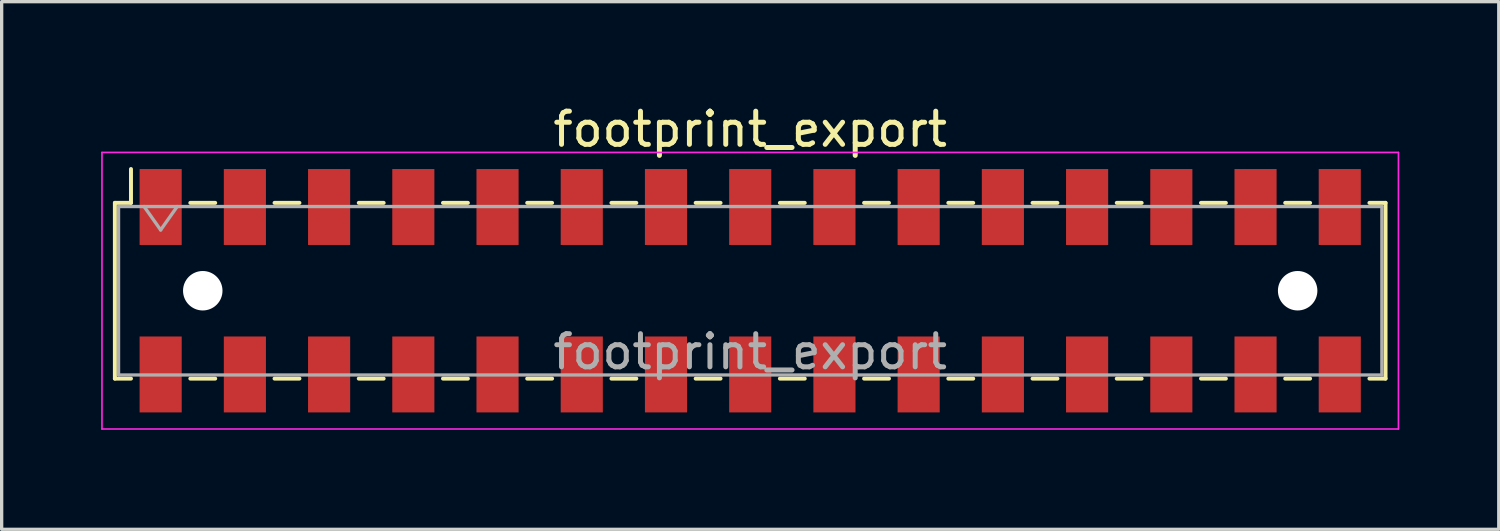
<source format=kicad_pcb>
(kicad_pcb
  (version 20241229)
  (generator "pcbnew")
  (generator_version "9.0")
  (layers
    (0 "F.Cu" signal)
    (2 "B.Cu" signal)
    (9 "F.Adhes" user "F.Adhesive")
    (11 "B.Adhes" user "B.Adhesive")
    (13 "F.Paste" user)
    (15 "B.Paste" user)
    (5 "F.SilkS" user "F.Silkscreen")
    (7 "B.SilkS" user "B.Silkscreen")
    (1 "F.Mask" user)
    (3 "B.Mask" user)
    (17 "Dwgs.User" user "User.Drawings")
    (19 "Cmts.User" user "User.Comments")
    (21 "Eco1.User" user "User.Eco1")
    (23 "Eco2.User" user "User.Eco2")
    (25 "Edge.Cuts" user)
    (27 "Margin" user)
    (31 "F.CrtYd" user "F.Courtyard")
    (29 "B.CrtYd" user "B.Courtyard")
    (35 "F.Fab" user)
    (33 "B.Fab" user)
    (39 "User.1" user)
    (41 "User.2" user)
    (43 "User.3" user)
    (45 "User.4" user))
  (footprint "footprint_export"
    (layer "F.Cu")
    (at 19.575 5.718)
    (property "Reference" "footprint_export" (at 0 -4.87 0) (layer "F.SilkS") (effects (font (size 1 1) (thickness 0.15))))
    (attr smd)
    (fp_line (start -19.16 -2.65) (end -19.16 2.65) (stroke (width 0.12) (type solid)) (layer "F.SilkS"))
    (fp_line (start -19.16 2.65) (end -18.675 2.65) (stroke (width 0.12) (type solid)) (layer "F.SilkS"))
    (fp_line (start -18.675 -3.67) (end -18.675 -2.65) (stroke (width 0.12) (type solid)) (layer "F.SilkS"))
    (fp_line (start -18.675 -2.65) (end -19.16 -2.65) (stroke (width 0.12) (type solid)) (layer "F.SilkS"))
    (fp_line (start -16.885 -2.65) (end -16.135 -2.65) (stroke (width 0.12) (type solid)) (layer "F.SilkS"))
    (fp_line (start -16.885 2.65) (end -16.135 2.65) (stroke (width 0.12) (type solid)) (layer "F.SilkS"))
    (fp_line (start -14.345 -2.65) (end -13.595 -2.65) (stroke (width 0.12) (type solid)) (layer "F.SilkS"))
    (fp_line (start -14.345 2.65) (end -13.595 2.65) (stroke (width 0.12) (type solid)) (layer "F.SilkS"))
    (fp_line (start -11.805 -2.65) (end -11.055 -2.65) (stroke (width 0.12) (type solid)) (layer "F.SilkS"))
    (fp_line (start -11.805 2.65) (end -11.055 2.65) (stroke (width 0.12) (type solid)) (layer "F.SilkS"))
    (fp_line (start -9.265 -2.65) (end -8.515 -2.65) (stroke (width 0.12) (type solid)) (layer "F.SilkS"))
    (fp_line (start -9.265 2.65) (end -8.515 2.65) (stroke (width 0.12) (type solid)) (layer "F.SilkS"))
    (fp_line (start -6.725 -2.65) (end -5.975 -2.65) (stroke (width 0.12) (type solid)) (layer "F.SilkS"))
    (fp_line (start -6.725 2.65) (end -5.975 2.65) (stroke (width 0.12) (type solid)) (layer "F.SilkS"))
    (fp_line (start -4.185 -2.65) (end -3.435 -2.65) (stroke (width 0.12) (type solid)) (layer "F.SilkS"))
    (fp_line (start -4.185 2.65) (end -3.435 2.65) (stroke (width 0.12) (type solid)) (layer "F.SilkS"))
    (fp_line (start -1.645 -2.65) (end -0.895 -2.65) (stroke (width 0.12) (type solid)) (layer "F.SilkS"))
    (fp_line (start -1.645 2.65) (end -0.895 2.65) (stroke (width 0.12) (type solid)) (layer "F.SilkS"))
    (fp_line (start 0.895 -2.65) (end 1.645 -2.65) (stroke (width 0.12) (type solid)) (layer "F.SilkS"))
    (fp_line (start 0.895 2.65) (end 1.645 2.65) (stroke (width 0.12) (type solid)) (layer "F.SilkS"))
    (fp_line (start 3.435 -2.65) (end 4.185 -2.65) (stroke (width 0.12) (type solid)) (layer "F.SilkS"))
    (fp_line (start 3.435 2.65) (end 4.185 2.65) (stroke (width 0.12) (type solid)) (layer "F.SilkS"))
    (fp_line (start 5.975 -2.65) (end 6.725 -2.65) (stroke (width 0.12) (type solid)) (layer "F.SilkS"))
    (fp_line (start 5.975 2.65) (end 6.725 2.65) (stroke (width 0.12) (type solid)) (layer "F.SilkS"))
    (fp_line (start 8.515 -2.65) (end 9.265 -2.65) (stroke (width 0.12) (type solid)) (layer "F.SilkS"))
    (fp_line (start 8.515 2.65) (end 9.265 2.65) (stroke (width 0.12) (type solid)) (layer "F.SilkS"))
    (fp_line (start 11.055 -2.65) (end 11.805 -2.65) (stroke (width 0.12) (type solid)) (layer "F.SilkS"))
    (fp_line (start 11.055 2.65) (end 11.805 2.65) (stroke (width 0.12) (type solid)) (layer "F.SilkS"))
    (fp_line (start 13.595 -2.65) (end 14.345 -2.65) (stroke (width 0.12) (type solid)) (layer "F.SilkS"))
    (fp_line (start 13.595 2.65) (end 14.345 2.65) (stroke (width 0.12) (type solid)) (layer "F.SilkS"))
    (fp_line (start 16.135 -2.65) (end 16.885 -2.65) (stroke (width 0.12) (type solid)) (layer "F.SilkS"))
    (fp_line (start 16.135 2.65) (end 16.885 2.65) (stroke (width 0.12) (type solid)) (layer "F.SilkS"))
    (fp_line (start 18.675 -2.65) (end 19.16 -2.65) (stroke (width 0.12) (type solid)) (layer "F.SilkS"))
    (fp_line (start 19.16 -2.65) (end 19.16 2.65) (stroke (width 0.12) (type solid)) (layer "F.SilkS"))
    (fp_line (start 19.16 2.65) (end 18.675 2.65) (stroke (width 0.12) (type solid)) (layer "F.SilkS"))
    (fp_line (start -19.55 -4.17) (end 19.55 -4.17) (stroke (width 0.05) (type solid)) (layer "F.CrtYd"))
    (fp_line (start -19.55 4.17) (end -19.55 -4.17) (stroke (width 0.05) (type solid)) (layer "F.CrtYd"))
    (fp_line (start 19.55 -4.17) (end 19.55 4.17) (stroke (width 0.05) (type solid)) (layer "F.CrtYd"))
    (fp_line (start 19.55 4.17) (end -19.55 4.17) (stroke (width 0.05) (type solid)) (layer "F.CrtYd"))
    (fp_line (start -19.05 -2.54) (end 19.05 -2.54) (stroke (width 0.1) (type solid)) (layer "F.Fab"))
    (fp_line (start -19.05 2.54) (end -19.05 -2.54) (stroke (width 0.1) (type solid)) (layer "F.Fab"))
    (fp_line (start -18.28 -2.54) (end -17.78 -1.833) (stroke (width 0.1) (type solid)) (layer "F.Fab"))
    (fp_line (start -17.78 -1.833) (end -17.28 -2.54) (stroke (width 0.1) (type solid)) (layer "F.Fab"))
    (fp_line (start 19.05 -2.54) (end 19.05 2.54) (stroke (width 0.1) (type solid)) (layer "F.Fab"))
    (fp_line (start 19.05 2.54) (end -19.05 2.54) (stroke (width 0.1) (type solid)) (layer "F.Fab"))
    (fp_text user "${REFERENCE}" (at 0 1.84 0) (layer "F.Fab") (effects (font (size 1 1) (thickness 0.15))))
    (pad "" np_thru_hole circle (at -16.51 0) (size 1.19 1.19) (drill 1.19) (layers "*.Cu" "*.Mask"))
    (pad "" np_thru_hole circle (at 16.51 0) (size 1.19 1.19) (drill 1.19) (layers "*.Cu" "*.Mask"))
    (pad "1" smd rect (at -17.78 -2.525) (size 1.27 2.29) (layers "F.Cu" "F.Mask" "F.Paste"))
    (pad "2" smd rect (at -17.78 2.525) (size 1.27 2.29) (layers "F.Cu" "F.Mask" "F.Paste"))
    (pad "3" smd rect (at -15.24 -2.525) (size 1.27 2.29) (layers "F.Cu" "F.Mask" "F.Paste"))
    (pad "4" smd rect (at -15.24 2.525) (size 1.27 2.29) (layers "F.Cu" "F.Mask" "F.Paste"))
    (pad "5" smd rect (at -12.7 -2.525) (size 1.27 2.29) (layers "F.Cu" "F.Mask" "F.Paste"))
    (pad "6" smd rect (at -12.7 2.525) (size 1.27 2.29) (layers "F.Cu" "F.Mask" "F.Paste"))
    (pad "7" smd rect (at -10.16 -2.525) (size 1.27 2.29) (layers "F.Cu" "F.Mask" "F.Paste"))
    (pad "8" smd rect (at -10.16 2.525) (size 1.27 2.29) (layers "F.Cu" "F.Mask" "F.Paste"))
    (pad "9" smd rect (at -7.62 -2.525) (size 1.27 2.29) (layers "F.Cu" "F.Mask" "F.Paste"))
    (pad "10" smd rect (at -7.62 2.525) (size 1.27 2.29) (layers "F.Cu" "F.Mask" "F.Paste"))
    (pad "11" smd rect (at -5.08 -2.525) (size 1.27 2.29) (layers "F.Cu" "F.Mask" "F.Paste"))
    (pad "12" smd rect (at -5.08 2.525) (size 1.27 2.29) (layers "F.Cu" "F.Mask" "F.Paste"))
    (pad "13" smd rect (at -2.54 -2.525) (size 1.27 2.29) (layers "F.Cu" "F.Mask" "F.Paste"))
    (pad "14" smd rect (at -2.54 2.525) (size 1.27 2.29) (layers "F.Cu" "F.Mask" "F.Paste"))
    (pad "15" smd rect (at 0 -2.525) (size 1.27 2.29) (layers "F.Cu" "F.Mask" "F.Paste"))
    (pad "16" smd rect (at 0 2.525) (size 1.27 2.29) (layers "F.Cu" "F.Mask" "F.Paste"))
    (pad "17" smd rect (at 2.54 -2.525) (size 1.27 2.29) (layers "F.Cu" "F.Mask" "F.Paste"))
    (pad "18" smd rect (at 2.54 2.525) (size 1.27 2.29) (layers "F.Cu" "F.Mask" "F.Paste"))
    (pad "19" smd rect (at 5.08 -2.525) (size 1.27 2.29) (layers "F.Cu" "F.Mask" "F.Paste"))
    (pad "20" smd rect (at 5.08 2.525) (size 1.27 2.29) (layers "F.Cu" "F.Mask" "F.Paste"))
    (pad "21" smd rect (at 7.62 -2.525) (size 1.27 2.29) (layers "F.Cu" "F.Mask" "F.Paste"))
    (pad "22" smd rect (at 7.62 2.525) (size 1.27 2.29) (layers "F.Cu" "F.Mask" "F.Paste"))
    (pad "23" smd rect (at 10.16 -2.525) (size 1.27 2.29) (layers "F.Cu" "F.Mask" "F.Paste"))
    (pad "24" smd rect (at 10.16 2.525) (size 1.27 2.29) (layers "F.Cu" "F.Mask" "F.Paste"))
    (pad "25" smd rect (at 12.7 -2.525) (size 1.27 2.29) (layers "F.Cu" "F.Mask" "F.Paste"))
    (pad "26" smd rect (at 12.7 2.525) (size 1.27 2.29) (layers "F.Cu" "F.Mask" "F.Paste"))
    (pad "27" smd rect (at 15.24 -2.525) (size 1.27 2.29) (layers "F.Cu" "F.Mask" "F.Paste"))
    (pad "28" smd rect (at 15.24 2.525) (size 1.27 2.29) (layers "F.Cu" "F.Mask" "F.Paste"))
    (pad "29" smd rect (at 17.78 -2.525) (size 1.27 2.29) (layers "F.Cu" "F.Mask" "F.Paste"))
    (pad "30" smd rect (at 17.78 2.525) (size 1.27 2.29) (layers "F.Cu" "F.Mask" "F.Paste")))
  (gr_rect
    (start -3 -3)
    (end 42.15 12.913)
    (stroke (width 0.1) (type default))
    (fill no)
    (layer "Edge.Cuts")))
</source>
